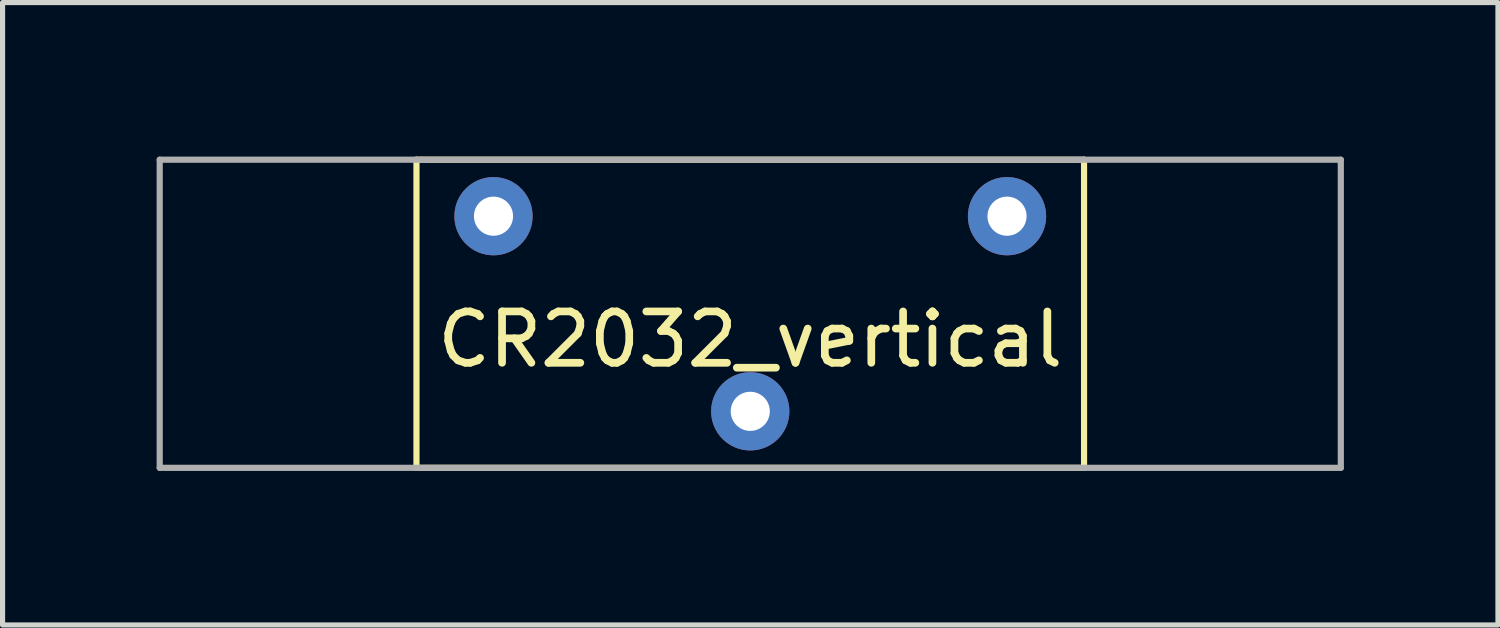
<source format=kicad_pcb>
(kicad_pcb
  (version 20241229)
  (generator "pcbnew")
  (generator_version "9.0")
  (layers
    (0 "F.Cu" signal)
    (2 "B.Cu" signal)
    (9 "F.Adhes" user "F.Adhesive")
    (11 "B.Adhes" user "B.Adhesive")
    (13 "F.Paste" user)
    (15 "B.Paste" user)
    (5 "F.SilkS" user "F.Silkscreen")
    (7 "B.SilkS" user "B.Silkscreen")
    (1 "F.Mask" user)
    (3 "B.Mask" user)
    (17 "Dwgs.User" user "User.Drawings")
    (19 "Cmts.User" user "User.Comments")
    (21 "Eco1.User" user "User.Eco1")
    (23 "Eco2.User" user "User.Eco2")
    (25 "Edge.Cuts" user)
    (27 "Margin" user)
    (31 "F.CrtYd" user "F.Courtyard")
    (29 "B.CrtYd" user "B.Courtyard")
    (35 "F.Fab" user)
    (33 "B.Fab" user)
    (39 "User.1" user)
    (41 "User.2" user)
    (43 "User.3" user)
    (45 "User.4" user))
  (footprint "CR2032_vertical"
    (layer "F.Cu")
    (at 11.56 3.06)
    (property "Reference" "CR2032_vertical" (at 0 0.5 0) (layer "F.SilkS") (effects (font (size 1 1) (thickness 0.15))))
    (attr through_hole)
    (fp_line (start -6.5 -3) (end 6.5 -3) (stroke (width 0.12) (type solid)) (layer "F.SilkS"))
    (fp_line (start -6.5 3) (end -6.5 -3) (stroke (width 0.12) (type solid)) (layer "F.SilkS"))
    (fp_line (start 6.5 -3) (end 6.5 3) (stroke (width 0.12) (type solid)) (layer "F.SilkS"))
    (fp_line (start 6.5 3) (end -6.5 3) (stroke (width 0.12) (type solid)) (layer "F.SilkS"))
    (fp_line (start -11.5 -3) (end -11.5 3) (stroke (width 0.12) (type solid)) (layer "F.Fab"))
    (fp_line (start -11.5 3) (end 11.5 3) (stroke (width 0.12) (type solid)) (layer "F.Fab"))
    (fp_line (start -6.4 -3) (end -11.5 -3) (stroke (width 0.12) (type solid)) (layer "F.Fab"))
    (fp_line (start -6.4 -3) (end 11.5 -3) (stroke (width 0.12) (type solid)) (layer "F.Fab"))
    (fp_line (start 11.5 -3) (end 11.5 3) (stroke (width 0.12) (type solid)) (layer "F.Fab"))
    (pad "1" thru_hole circle (at -5 -1.9) (size 1.524 1.524) (drill 0.762) (layers "*.Cu" "*.Mask"))
    (pad "2" thru_hole circle (at 5 -1.9) (size 1.524 1.524) (drill 0.762) (layers "*.Cu" "*.Mask"))
    (pad "3" thru_hole circle (at 0 1.9) (size 1.524 1.524) (drill 0.762) (layers "*.Cu" "*.Mask")))
  (gr_rect
    (start -3 -3)
    (end 26.12 9.12)
    (stroke (width 0.1) (type default))
    (fill no)
    (layer "Edge.Cuts")))
</source>
